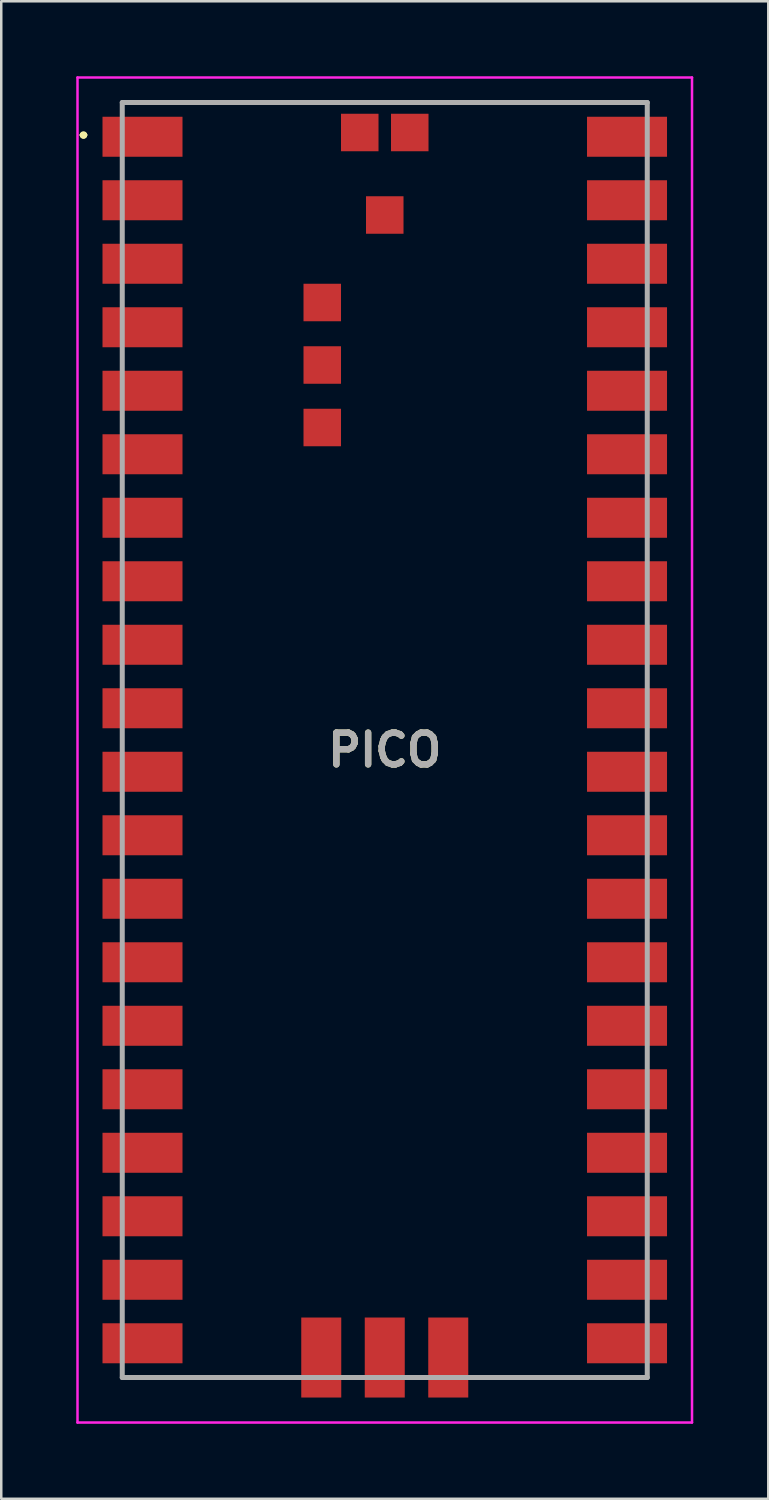
<source format=kicad_pcb>
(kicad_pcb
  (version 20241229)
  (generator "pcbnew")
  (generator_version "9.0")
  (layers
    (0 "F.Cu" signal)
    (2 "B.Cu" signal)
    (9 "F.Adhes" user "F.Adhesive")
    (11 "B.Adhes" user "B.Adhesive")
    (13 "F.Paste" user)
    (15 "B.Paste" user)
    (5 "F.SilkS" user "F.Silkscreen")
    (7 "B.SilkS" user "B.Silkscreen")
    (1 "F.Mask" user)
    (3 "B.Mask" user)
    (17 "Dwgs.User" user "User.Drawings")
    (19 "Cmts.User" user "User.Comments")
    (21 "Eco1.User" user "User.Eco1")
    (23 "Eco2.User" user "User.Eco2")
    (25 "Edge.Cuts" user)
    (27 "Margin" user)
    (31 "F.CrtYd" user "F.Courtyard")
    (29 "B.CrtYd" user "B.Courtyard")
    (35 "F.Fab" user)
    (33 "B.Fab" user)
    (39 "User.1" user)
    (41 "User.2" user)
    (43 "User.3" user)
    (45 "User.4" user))
  (footprint "PICO"
    (layer "F.Cu")
    (at 1.84 52.05)
    (property "Reference" "PICO" (at 10.5 -25.1 0) (layer "F.SilkS") (effects (font (size 1.27 1.27) (thickness 0.254))))
    (attr smd)
    (fp_line (start -1.6 -49.7) (end -1.6 -49.7) (stroke (width 0.2) (type solid)) (layer "F.SilkS"))
    (fp_line (start -1.6 -49.7) (end -1.6 -49.7) (stroke (width 0.2) (type solid)) (layer "F.SilkS"))
    (fp_line (start -1.5 -49.7) (end -1.5 -49.7) (stroke (width 0.2) (type solid)) (layer "F.SilkS"))
    (fp_line (start 0 -51) (end 0 -51) (stroke (width 0.1) (type solid)) (layer "F.SilkS"))
    (fp_line (start 0 -51) (end 21 -51) (stroke (width 0.1) (type solid)) (layer "F.SilkS"))
    (fp_line (start 0 0) (end 0 0) (stroke (width 0.1) (type solid)) (layer "F.SilkS"))
    (fp_line (start 0 0) (end 6.5 0) (stroke (width 0.1) (type solid)) (layer "F.SilkS"))
    (fp_line (start 6.5 0) (end 0 0) (stroke (width 0.1) (type solid)) (layer "F.SilkS"))
    (fp_line (start 6.5 0) (end 6.5 0) (stroke (width 0.1) (type solid)) (layer "F.SilkS"))
    (fp_line (start 14.75 0) (end 14.75 0) (stroke (width 0.1) (type solid)) (layer "F.SilkS"))
    (fp_line (start 14.75 0) (end 21 0) (stroke (width 0.1) (type solid)) (layer "F.SilkS"))
    (fp_line (start 21 -51) (end 0 -51) (stroke (width 0.1) (type solid)) (layer "F.SilkS"))
    (fp_line (start 21 -51) (end 21 -51) (stroke (width 0.1) (type solid)) (layer "F.SilkS"))
    (fp_line (start 21 0) (end 14.75 0) (stroke (width 0.1) (type solid)) (layer "F.SilkS"))
    (fp_line (start 21 0) (end 21 0) (stroke (width 0.1) (type solid)) (layer "F.SilkS"))
    (fp_arc (start -1.6 -49.7) (mid -1.55 -49.75) (end -1.5 -49.7) (stroke (width 0.2) (type solid)) (layer "F.SilkS"))
    (fp_arc (start -1.5 -49.7) (mid -1.55 -49.65) (end -1.6 -49.7) (stroke (width 0.2) (type solid)) (layer "F.SilkS"))
    (fp_arc (start -1.5 -49.7) (mid -1.55 -49.65) (end -1.6 -49.7) (stroke (width 0.2) (type solid)) (layer "F.SilkS"))
    (fp_line (start -1.79 -52) (end 22.79 -52) (stroke (width 0.1) (type solid)) (layer "F.CrtYd"))
    (fp_line (start -1.79 1.8) (end -1.79 -52) (stroke (width 0.1) (type solid)) (layer "F.CrtYd"))
    (fp_line (start 22.79 -52) (end 22.79 1.8) (stroke (width 0.1) (type solid)) (layer "F.CrtYd"))
    (fp_line (start 22.79 1.8) (end -1.79 1.8) (stroke (width 0.1) (type solid)) (layer "F.CrtYd"))
    (fp_line (start 0 -51) (end 0 0) (stroke (width 0.2) (type solid)) (layer "F.Fab"))
    (fp_line (start 0 0) (end 21 0) (stroke (width 0.2) (type solid)) (layer "F.Fab"))
    (fp_line (start 21 -51) (end 0 -51) (stroke (width 0.2) (type solid)) (layer "F.Fab"))
    (fp_line (start 21 0) (end 21 -51) (stroke (width 0.2) (type solid)) (layer "F.Fab"))
    (fp_text user "${REFERENCE}" (at 10.5 -25.1 0) (layer "F.Fab") (effects (font (size 1.27 1.27) (thickness 0.254))))
    (pad "1" smd rect (at 0.81 -49.63 90) (size 1.6 3.2) (layers "F.Cu" "F.Mask" "F.Paste"))
    (pad "2" smd rect (at 0.81 -47.09 90) (size 1.6 3.2) (layers "F.Cu" "F.Mask" "F.Paste"))
    (pad "3" smd rect (at 0.81 -44.55 90) (size 1.6 3.2) (layers "F.Cu" "F.Mask" "F.Paste"))
    (pad "4" smd rect (at 0.81 -42.01 90) (size 1.6 3.2) (layers "F.Cu" "F.Mask" "F.Paste"))
    (pad "5" smd rect (at 0.81 -39.47 90) (size 1.6 3.2) (layers "F.Cu" "F.Mask" "F.Paste"))
    (pad "6" smd rect (at 0.81 -36.93 90) (size 1.6 3.2) (layers "F.Cu" "F.Mask" "F.Paste"))
    (pad "7" smd rect (at 0.81 -34.39 90) (size 1.6 3.2) (layers "F.Cu" "F.Mask" "F.Paste"))
    (pad "8" smd rect (at 0.81 -31.85 90) (size 1.6 3.2) (layers "F.Cu" "F.Mask" "F.Paste"))
    (pad "9" smd rect (at 0.81 -29.31 90) (size 1.6 3.2) (layers "F.Cu" "F.Mask" "F.Paste"))
    (pad "10" smd rect (at 0.81 -26.77 90) (size 1.6 3.2) (layers "F.Cu" "F.Mask" "F.Paste"))
    (pad "11" smd rect (at 0.81 -24.23 90) (size 1.6 3.2) (layers "F.Cu" "F.Mask" "F.Paste"))
    (pad "12" smd rect (at 0.81 -21.69 90) (size 1.6 3.2) (layers "F.Cu" "F.Mask" "F.Paste" "Eco1.User"))
    (pad "13" smd rect (at 0.81 -19.15 90) (size 1.6 3.2) (layers "F.Cu" "F.Mask" "F.Paste"))
    (pad "14" smd rect (at 0.81 -16.61 90) (size 1.6 3.2) (layers "F.Cu" "F.Mask" "F.Paste"))
    (pad "15" smd rect (at 0.81 -14.07 90) (size 1.6 3.2) (layers "F.Cu" "F.Mask" "F.Paste"))
    (pad "16" smd rect (at 0.81 -11.53 90) (size 1.6 3.2) (layers "F.Cu" "F.Mask" "F.Paste"))
    (pad "17" smd rect (at 0.81 -8.99 90) (size 1.6 3.2) (layers "F.Cu" "F.Mask" "F.Paste"))
    (pad "18" smd rect (at 0.81 -6.45 90) (size 1.6 3.2) (layers "F.Cu" "F.Mask" "F.Paste"))
    (pad "19" smd rect (at 0.81 -3.91 90) (size 1.6 3.2) (layers "F.Cu" "F.Mask" "F.Paste"))
    (pad "20" smd rect (at 0.81 -1.37 90) (size 1.6 3.2) (layers "F.Cu" "F.Mask" "F.Paste"))
    (pad "21" smd rect (at 20.19 -1.37 90) (size 1.6 3.2) (layers "F.Cu" "F.Mask" "F.Paste"))
    (pad "22" smd rect (at 20.19 -3.91 90) (size 1.6 3.2) (layers "F.Cu" "F.Mask" "F.Paste"))
    (pad "23" smd rect (at 20.19 -6.45 90) (size 1.6 3.2) (layers "F.Cu" "F.Mask" "F.Paste"))
    (pad "24" smd rect (at 20.19 -8.99 90) (size 1.6 3.2) (layers "F.Cu" "F.Mask" "F.Paste"))
    (pad "25" smd rect (at 20.19 -11.53 90) (size 1.6 3.2) (layers "F.Cu" "F.Mask" "F.Paste"))
    (pad "26" smd rect (at 20.19 -14.07 90) (size 1.6 3.2) (layers "F.Cu" "F.Mask" "F.Paste"))
    (pad "27" smd rect (at 20.19 -16.61 90) (size 1.6 3.2) (layers "F.Cu" "F.Mask" "F.Paste"))
    (pad "28" smd rect (at 20.19 -19.15 90) (size 1.6 3.2) (layers "F.Cu" "F.Mask" "F.Paste"))
    (pad "29" smd rect (at 20.19 -21.69 90) (size 1.6 3.2) (layers "F.Cu" "F.Mask" "F.Paste"))
    (pad "30" smd rect (at 20.19 -24.23 90) (size 1.6 3.2) (layers "F.Cu" "F.Mask" "F.Paste"))
    (pad "31" smd rect (at 20.19 -26.77 90) (size 1.6 3.2) (layers "F.Cu" "F.Mask" "F.Paste"))
    (pad "32" smd rect (at 20.19 -29.31 90) (size 1.6 3.2) (layers "F.Cu" "F.Mask" "F.Paste"))
    (pad "33" smd rect (at 20.19 -31.85 90) (size 1.6 3.2) (layers "F.Cu" "F.Mask" "F.Paste"))
    (pad "34" smd rect (at 20.19 -34.39 90) (size 1.6 3.2) (layers "F.Cu" "F.Mask" "F.Paste"))
    (pad "35" smd rect (at 20.19 -36.93 90) (size 1.6 3.2) (layers "F.Cu" "F.Mask" "F.Paste"))
    (pad "36" smd rect (at 20.19 -39.47 90) (size 1.6 3.2) (layers "F.Cu" "F.Mask" "F.Paste"))
    (pad "37" smd rect (at 20.19 -42.01 90) (size 1.6 3.2) (layers "F.Cu" "F.Mask" "F.Paste"))
    (pad "38" smd rect (at 20.19 -44.55 90) (size 1.6 3.2) (layers "F.Cu" "F.Mask" "F.Paste"))
    (pad "39" smd rect (at 20.19 -47.09 90) (size 1.6 3.2) (layers "F.Cu" "F.Mask" "F.Paste"))
    (pad "40" smd rect (at 20.19 -49.63 90) (size 1.6 3.2) (layers "F.Cu" "F.Mask" "F.Paste"))
    (pad "D1" smd rect (at 7.96 -0.8) (size 1.6 3.2) (layers "F.Cu" "F.Mask" "F.Paste"))
    (pad "D2" smd rect (at 10.5 -0.8) (size 1.6 3.2) (layers "F.Cu" "F.Mask" "F.Paste"))
    (pad "D3" smd rect (at 13.04 -0.8) (size 1.6 3.2) (layers "F.Cu" "F.Mask" "F.Paste"))
    (pad "TP1" smd rect (at 10.5 -46.5 90) (size 1.5 1.5) (layers "F.Cu" "F.Mask" "F.Paste"))
    (pad "TP2" smd rect (at 11.5 -49.8 90) (size 1.5 1.5) (layers "F.Cu" "F.Mask" "F.Paste"))
    (pad "TP3" smd rect (at 9.5 -49.8 90) (size 1.5 1.5) (layers "F.Cu" "F.Mask" "F.Paste"))
    (pad "TP4" smd rect (at 8 -43 90) (size 1.5 1.5) (layers "F.Cu" "F.Mask" "F.Paste"))
    (pad "TP5" smd rect (at 8 -40.5 90) (size 1.5 1.5) (layers "F.Cu" "F.Mask" "F.Paste"))
    (pad "TP6" smd rect (at 8 -38 90) (size 1.5 1.5) (layers "F.Cu" "F.Mask" "F.Paste")))
  (gr_rect
    (start -3 -3)
    (end 27.68 56.9)
    (stroke (width 0.1) (type default))
    (fill no)
    (layer "Edge.Cuts")))
</source>
